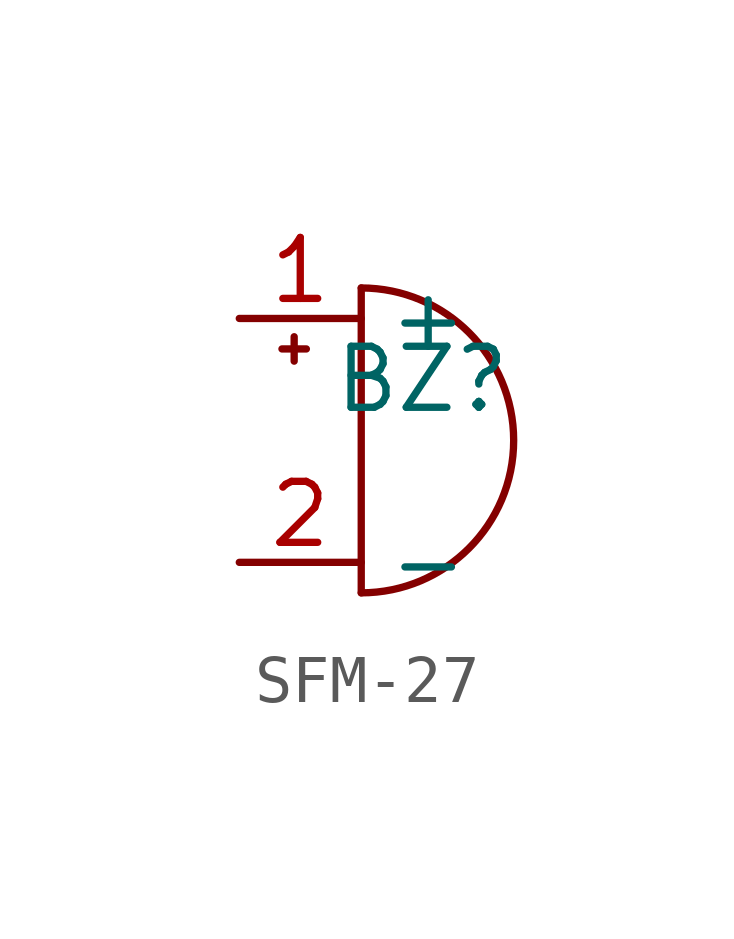
<source format=kicad_sym>
(kicad_symbol_lib
  (version 20241209)
  (generator "kicad_symbol_editor")
  (generator_version "9.0")
  (symbol "SFM-27"
    (property "Reference" "BZ"
      (at 0 0 0)
      (effects (font (size 1.27 1.27))))
    (property "Value" ""
      (at 0 0 0)
      (effects (font (size 1.27 1.27))))
    (symbol "SFM-27_0_1"
      (polyline (pts (xy -2.921 0.635) (xy -2.413 0.635)) (stroke (width 0) (type default)) (fill (type none)))
      (polyline (pts (xy -2.667 0.889) (xy -2.667 0.381)) (stroke (width 0) (type default)) (fill (type none)))
      (arc (start -1.27 1.905) (mid 1.8912 -1.27) (end -1.27 -4.445) (stroke (width 0) (type default)) (fill (type none)))
      (polyline (pts (xy -1.27 1.905) (xy -1.27 -4.445)) (stroke (width 0) (type default)) (fill (type none))))
    (symbol "SFM-27_1_1"
      (pin passive line (at -3.81 1.27 0) (length 2.54) (name "+" (effects (font (size 1.27 1.27)))) (number "1" (effects (font (size 1.27 1.27)))))
      (pin passive line (at -3.81 -3.81 0) (length 2.54) (name "-" (effects (font (size 1.27 1.27)))) (number "2" (effects (font (size 1.27 1.27))))))))
</source>
